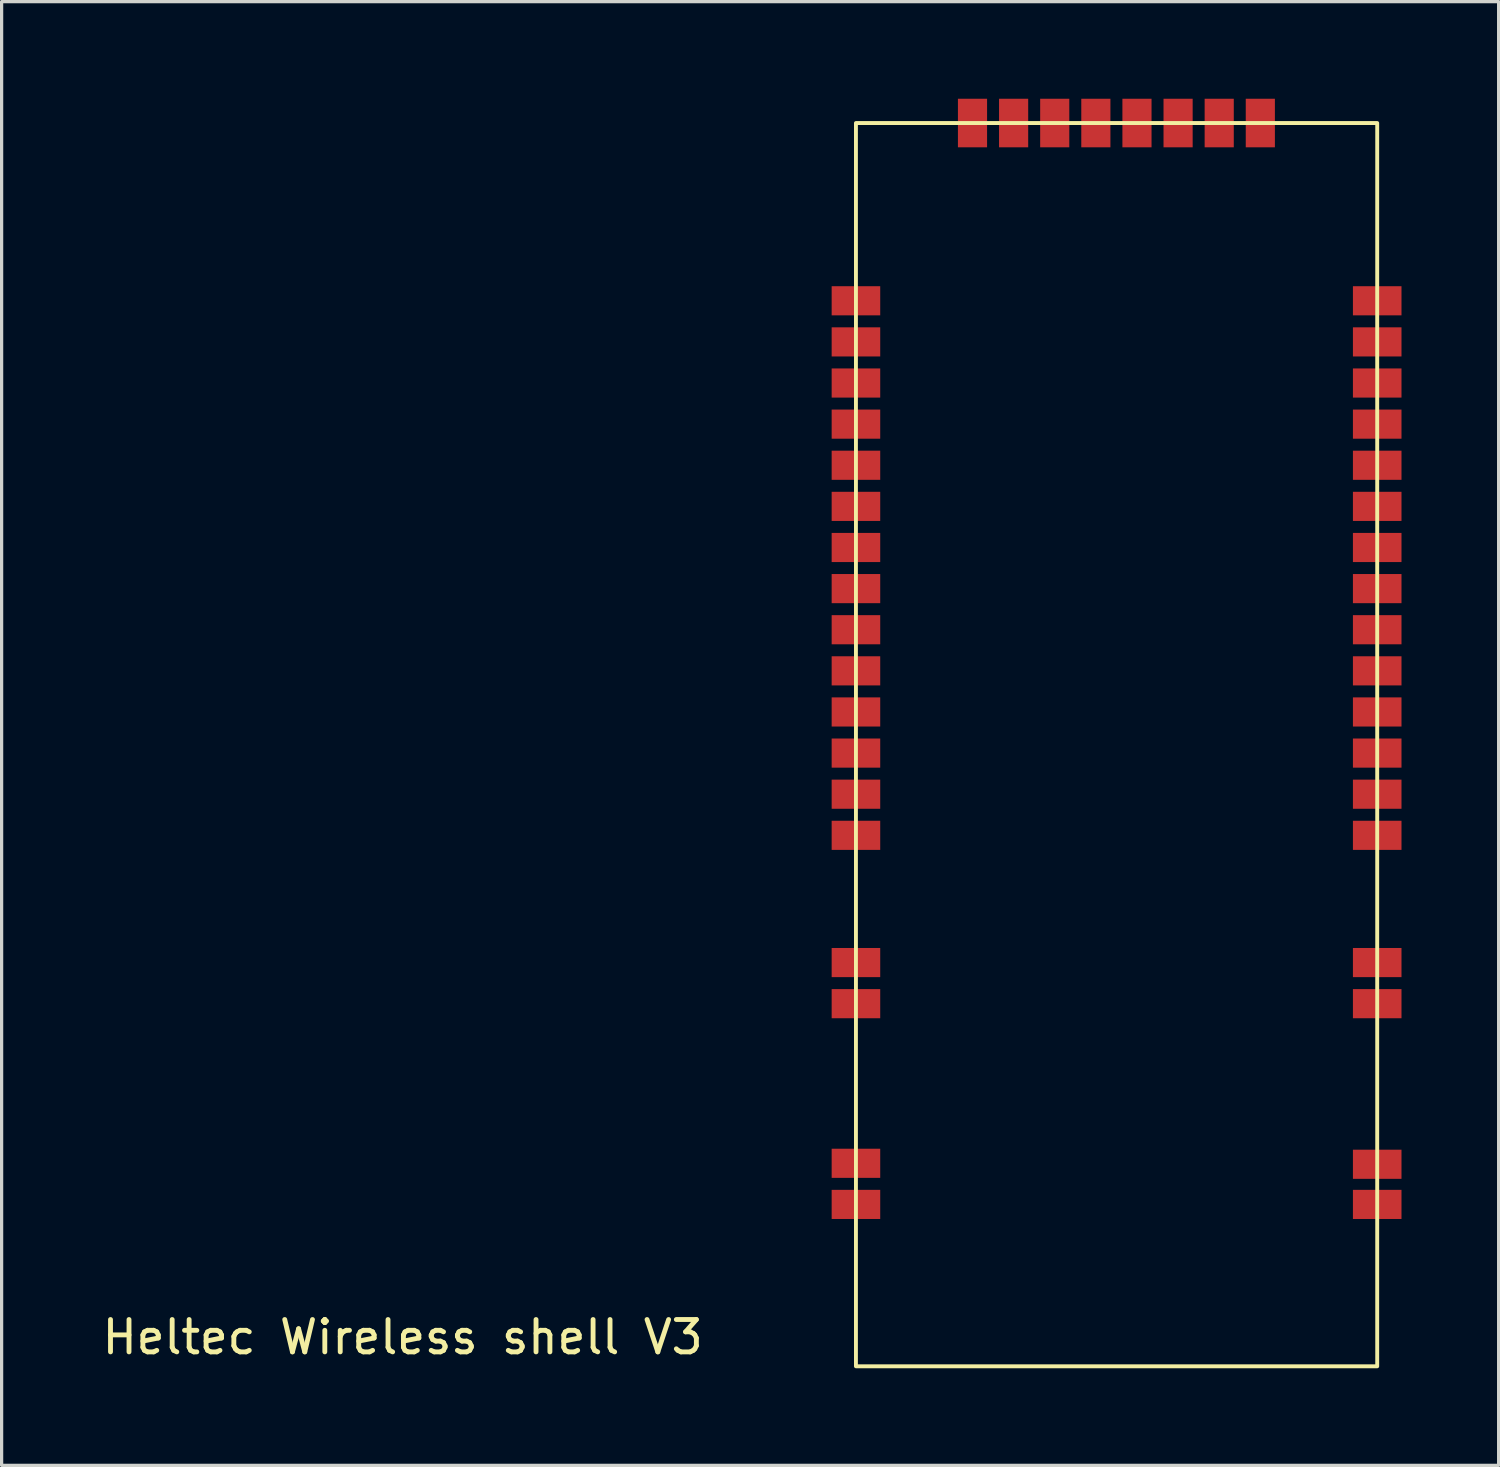
<source format=kicad_pcb>
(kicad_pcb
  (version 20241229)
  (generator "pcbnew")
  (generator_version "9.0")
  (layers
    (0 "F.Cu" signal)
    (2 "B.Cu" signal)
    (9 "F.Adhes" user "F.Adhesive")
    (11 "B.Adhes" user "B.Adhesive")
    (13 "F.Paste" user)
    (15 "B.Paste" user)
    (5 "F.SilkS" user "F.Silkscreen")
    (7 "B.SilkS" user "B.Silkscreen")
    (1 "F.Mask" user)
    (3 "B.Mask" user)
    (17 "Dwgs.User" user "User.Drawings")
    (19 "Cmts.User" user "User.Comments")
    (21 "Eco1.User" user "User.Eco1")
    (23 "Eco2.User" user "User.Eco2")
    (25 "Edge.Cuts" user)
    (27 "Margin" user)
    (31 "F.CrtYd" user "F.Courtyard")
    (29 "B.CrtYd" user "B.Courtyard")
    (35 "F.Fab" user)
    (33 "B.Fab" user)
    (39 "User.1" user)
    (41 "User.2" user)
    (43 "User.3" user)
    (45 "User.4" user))
  (footprint "Heltec Wireless shell V3"
    (layer "F.Cu")
    (at 39.487 7.51)
    (property "Reference" "Heltec Wireless shell V3" (at -30.1 30.74 0) (unlocked yes) (layer "F.SilkS") (effects (font (size 1 1) (thickness 0.15))))
    (attr smd)
    (fp_rect (start -16.1 31.64) (end 0 -6.76) (stroke (width 0.12) (type solid)) (fill no) (layer "F.SilkS"))
    (pad "1" connect rect (at -16.1 26.64) (size 1.5 0.9) (layers "F.Cu" "F.Mask"))
    (pad "2" connect rect (at -16.1 25.37) (size 1.5 0.9) (layers "F.Cu" "F.Mask"))
    (pad "3" connect rect (at -16.1 20.44) (size 1.5 0.9) (layers "F.Cu" "F.Mask"))
    (pad "4" connect rect (at -16.1 19.17) (size 1.5 0.9) (layers "F.Cu" "F.Mask"))
    (pad "5" connect rect (at -16.1 15.24) (size 1.5 0.9) (layers "F.Cu" "F.Mask"))
    (pad "6" connect rect (at -16.1 13.97) (size 1.5 0.9) (layers "F.Cu" "F.Mask"))
    (pad "7" connect rect (at -16.1 12.7) (size 1.5 0.9) (layers "F.Cu" "F.Mask"))
    (pad "8" connect rect (at -16.1 11.43) (size 1.5 0.9) (layers "F.Cu" "F.Mask"))
    (pad "9" connect rect (at -16.1 10.16) (size 1.5 0.9) (layers "F.Cu" "F.Mask"))
    (pad "10" connect rect (at -16.1 8.89) (size 1.5 0.9) (layers "F.Cu" "F.Mask"))
    (pad "11" connect rect (at -16.1 7.62) (size 1.5 0.9) (layers "F.Cu" "F.Mask"))
    (pad "12" connect rect (at -16.1 6.35) (size 1.5 0.9) (layers "F.Cu" "F.Mask"))
    (pad "13" connect rect (at -16.1 5.08) (size 1.5 0.9) (layers "F.Cu" "F.Mask"))
    (pad "14" connect rect (at -16.1 3.81) (size 1.5 0.9) (layers "F.Cu" "F.Mask"))
    (pad "15" connect rect (at -16.1 2.54) (size 1.5 0.9) (layers "F.Cu" "F.Mask"))
    (pad "16" connect rect (at -16.1 1.27) (size 1.5 0.9) (layers "F.Cu" "F.Mask"))
    (pad "17" connect rect (at -16.1 0) (size 1.5 0.9) (layers "F.Cu" "F.Mask"))
    (pad "18" connect rect (at -16.1 -1.27) (size 1.5 0.9) (layers "F.Cu" "F.Mask"))
    (pad "19" connect rect (at -12.5 -6.76 270) (size 1.5 0.9) (layers "F.Cu" "F.Mask"))
    (pad "20" connect rect (at -11.23 -6.76 270) (size 1.5 0.9) (layers "F.Cu" "F.Mask"))
    (pad "21" connect rect (at -9.96 -6.76 270) (size 1.5 0.9) (layers "F.Cu" "F.Mask"))
    (pad "22" connect rect (at -8.69 -6.76 270) (size 1.5 0.9) (layers "F.Cu" "F.Mask"))
    (pad "23" connect rect (at -7.42 -6.76 270) (size 1.5 0.9) (layers "F.Cu" "F.Mask"))
    (pad "24" connect rect (at -6.15 -6.76 270) (size 1.5 0.9) (layers "F.Cu" "F.Mask"))
    (pad "25" connect rect (at -4.88 -6.76 270) (size 1.5 0.9) (layers "F.Cu" "F.Mask"))
    (pad "26" connect rect (at -3.61 -6.76 270) (size 1.5 0.9) (layers "F.Cu" "F.Mask"))
    (pad "27" connect rect (at 0 -1.27) (size 1.5 0.9) (layers "F.Cu" "F.Mask"))
    (pad "28" connect rect (at 0 0) (size 1.5 0.9) (layers "F.Cu" "F.Mask"))
    (pad "29" connect rect (at 0 1.27) (size 1.5 0.9) (layers "F.Cu" "F.Mask"))
    (pad "30" connect rect (at 0 2.54) (size 1.5 0.9) (layers "F.Cu" "F.Mask"))
    (pad "31" connect rect (at 0 3.81) (size 1.5 0.9) (layers "F.Cu" "F.Mask"))
    (pad "32" connect rect (at 0 5.08) (size 1.5 0.9) (layers "F.Cu" "F.Mask"))
    (pad "33" connect rect (at 0 6.35) (size 1.5 0.9) (layers "F.Cu" "F.Mask"))
    (pad "34" connect rect (at 0 7.62) (size 1.5 0.9) (layers "F.Cu" "F.Mask"))
    (pad "35" connect rect (at 0 8.89) (size 1.5 0.9) (layers "F.Cu" "F.Mask"))
    (pad "36" connect rect (at 0 10.16) (size 1.5 0.9) (layers "F.Cu" "F.Mask"))
    (pad "37" connect rect (at 0 11.43) (size 1.5 0.9) (layers "F.Cu" "F.Mask"))
    (pad "38" connect rect (at 0 12.7) (size 1.5 0.9) (layers "F.Cu" "F.Mask"))
    (pad "39" connect rect (at 0 13.97) (size 1.5 0.9) (layers "F.Cu" "F.Mask"))
    (pad "40" connect rect (at 0 15.24) (size 1.5 0.9) (layers "F.Cu" "F.Mask"))
    (pad "41" connect rect (at 0 19.17) (size 1.5 0.9) (layers "F.Cu" "F.Mask"))
    (pad "42" connect rect (at 0 20.44) (size 1.5 0.9) (layers "F.Cu" "F.Mask"))
    (pad "43" connect rect (at 0 25.4) (size 1.5 0.9) (layers "F.Cu" "F.Mask"))
    (pad "44" connect rect (at 0 26.64) (size 1.5 0.9) (layers "F.Cu" "F.Mask")))
  (gr_rect
    (start -3 -3)
    (end 43.237 42.21)
    (stroke (width 0.1) (type default))
    (fill no)
    (layer "Edge.Cuts")))
</source>
